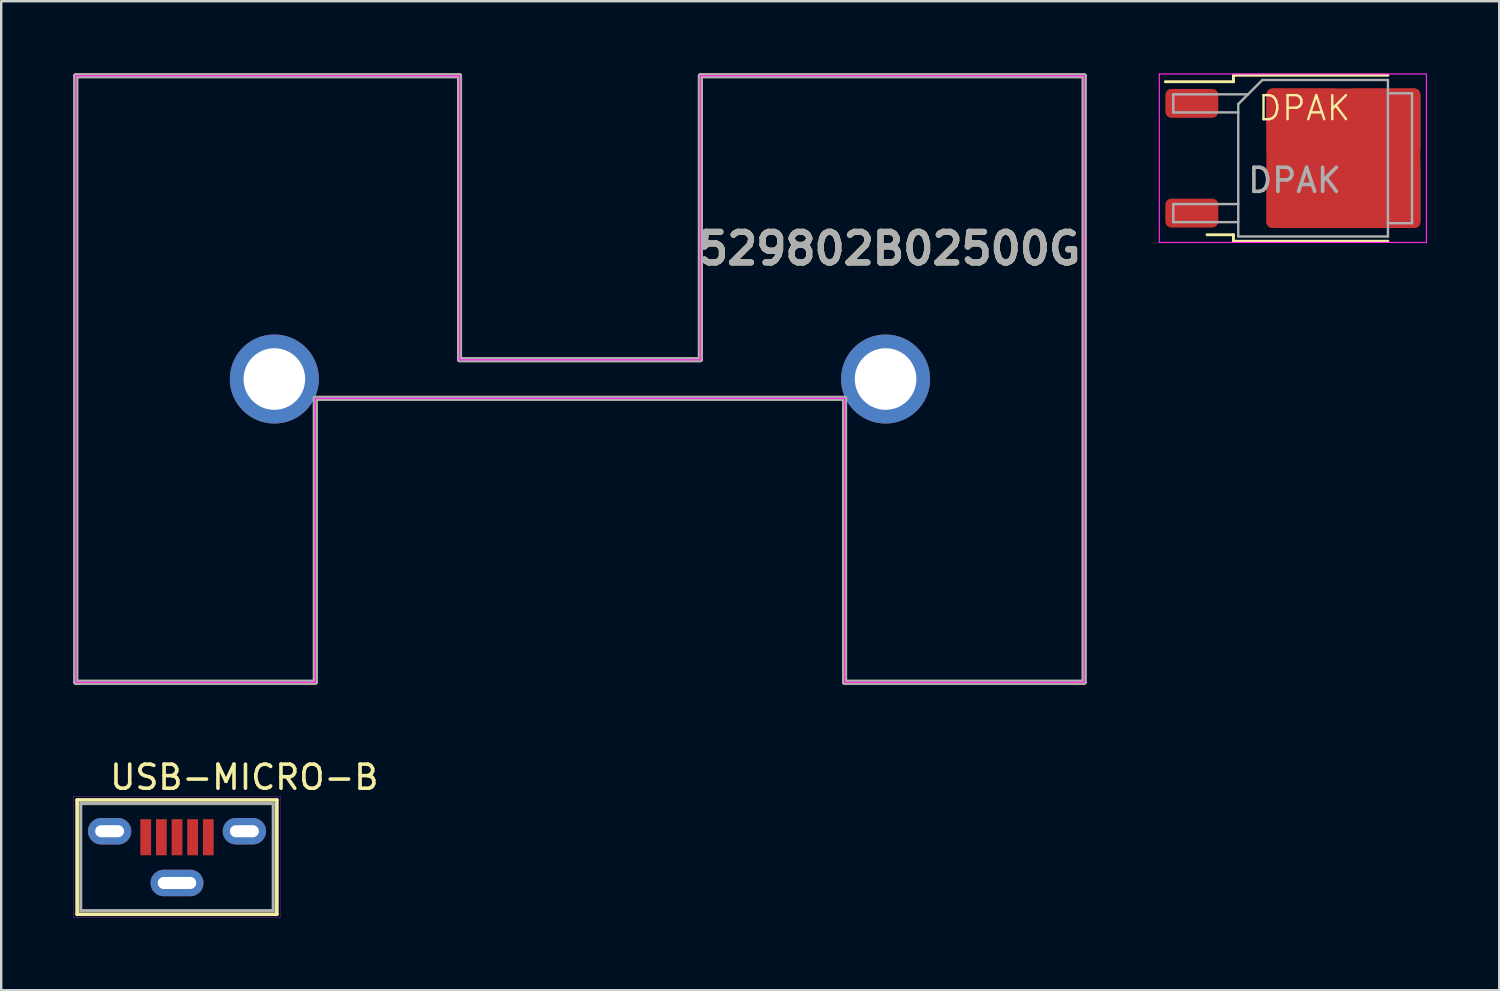
<source format=kicad_pcb>
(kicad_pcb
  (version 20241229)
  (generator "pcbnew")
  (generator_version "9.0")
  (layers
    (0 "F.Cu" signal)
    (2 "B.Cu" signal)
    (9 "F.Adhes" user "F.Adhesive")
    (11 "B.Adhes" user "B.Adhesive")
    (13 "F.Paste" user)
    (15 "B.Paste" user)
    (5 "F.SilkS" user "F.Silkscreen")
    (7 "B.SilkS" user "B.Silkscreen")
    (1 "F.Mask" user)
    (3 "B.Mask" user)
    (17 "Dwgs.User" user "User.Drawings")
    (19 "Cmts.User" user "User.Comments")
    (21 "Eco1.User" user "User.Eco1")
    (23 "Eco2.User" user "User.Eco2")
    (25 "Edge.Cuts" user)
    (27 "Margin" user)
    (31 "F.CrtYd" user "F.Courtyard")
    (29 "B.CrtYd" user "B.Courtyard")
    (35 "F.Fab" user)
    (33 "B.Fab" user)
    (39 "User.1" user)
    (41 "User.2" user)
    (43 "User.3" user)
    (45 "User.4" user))
  (footprint "USB-MICRO-B"
    (layer "F.Cu")
    (at 4.305 32.566)
    (property "Reference" "USB-MICRO-B" (at 2.797 -3.317 0) (layer "F.SilkS") (effects (font (size 1 1) (thickness 0.15))))
    (attr smd)
    (fp_poly (pts (xy -1.587 -1.639) (xy -1.012 -1.639) (xy -1.012 -0.011) (xy -1.587 -0.011)) (stroke (width 0.01) (type solid)) (fill yes) (layer "F.Mask"))
    (fp_poly (pts (xy -0.938 -1.639) (xy -0.362 -1.639) (xy -0.362 -0.011) (xy -0.938 -0.011)) (stroke (width 0.01) (type solid)) (fill yes) (layer "F.Mask"))
    (fp_poly (pts (xy -0.287 -1.639) (xy 0.287 -1.639) (xy 0.287 -0.011) (xy -0.287 -0.011)) (stroke (width 0.01) (type solid)) (fill yes) (layer "F.Mask"))
    (fp_poly (pts (xy 0.362 -1.639) (xy 0.938 -1.639) (xy 0.938 -0.011) (xy 0.362 -0.011)) (stroke (width 0.01) (type solid)) (fill yes) (layer "F.Mask"))
    (fp_poly (pts (xy 1.012 -1.639) (xy 1.587 -1.639) (xy 1.587 -0.011) (xy 1.012 -0.011)) (stroke (width 0.01) (type solid)) (fill yes) (layer "F.Mask"))
    (fp_line (start -4.15 -2.375) (end 4.15 -2.375) (stroke (width 0.15) (type solid)) (layer "F.SilkS"))
    (fp_line (start -4.15 2.375) (end -4.15 -2.375) (stroke (width 0.15) (type solid)) (layer "F.SilkS"))
    (fp_line (start 4.15 -2.375) (end 4.15 2.375) (stroke (width 0.15) (type solid)) (layer "F.SilkS"))
    (fp_line (start 4.15 2.375) (end -4.15 2.375) (stroke (width 0.15) (type solid)) (layer "F.SilkS"))
    (fp_line (start -4.3 -2.525) (end 4.3 -2.525) (stroke (width 0.01) (type solid)) (layer "F.CrtYd"))
    (fp_line (start -4.3 2.525) (end -4.3 -2.525) (stroke (width 0.01) (type solid)) (layer "F.CrtYd"))
    (fp_line (start 4.3 -2.525) (end 4.3 2.525) (stroke (width 0.01) (type solid)) (layer "F.CrtYd"))
    (fp_line (start 4.3 2.525) (end -4.3 2.525) (stroke (width 0.01) (type solid)) (layer "F.CrtYd"))
    (fp_line (start -4 -2.225) (end 4 -2.225) (stroke (width 0.13) (type solid)) (layer "F.Fab"))
    (fp_line (start -4 2.225) (end -4 -2.225) (stroke (width 0.13) (type solid)) (layer "F.Fab"))
    (fp_line (start 4 -2.225) (end 4 2.225) (stroke (width 0.13) (type solid)) (layer "F.Fab"))
    (fp_line (start 4 2.225) (end -4 2.225) (stroke (width 0.13) (type solid)) (layer "F.Fab"))
    (pad "1" smd rect (at -1.3 -0.825) (size 0.448 1.5) (layers "F.Cu" "F.Paste"))
    (pad "2" smd rect (at -0.65 -0.825) (size 0.448 1.5) (layers "F.Cu" "F.Paste"))
    (pad "3" smd rect (at 0 -0.825) (size 0.448 1.5) (layers "F.Cu" "F.Paste"))
    (pad "4" smd rect (at 0.65 -0.825) (size 0.448 1.5) (layers "F.Cu" "F.Paste"))
    (pad "5" smd rect (at 1.3 -0.825) (size 0.448 1.5) (layers "F.Cu" "F.Paste"))
    (pad "SH1" thru_hole oval (at -2.8 -1.075) (size 1.8 1.1) (drill oval 1.2 0.5) (layers "*.Cu" "*.Mask"))
    (pad "SH2" thru_hole oval (at 0 1.075) (size 2.2 1.1) (drill oval 1.6 0.5) (layers "*.Cu" "*.Mask"))
    (pad "SH3" thru_hole oval (at 2.8 -1.075) (size 1.8 1.1) (drill oval 1.2 0.5) (layers "*.Cu" "*.Mask")))
  (footprint "DPAK"
    (layer "F.Cu")
    (at 50.79 3.375)
    (property "Reference" "DPAK" (at 0.355 -1.93 0) (unlocked yes) (layer "F.SilkS") (effects (font (size 1 1) (thickness 0.1))))
    (attr smd)
    (fp_line (start -2.585 -3.3) (end -2.585 -3.03) (stroke (width 0.12) (type solid)) (layer "F.SilkS"))
    (fp_line (start -2.585 -3.03) (end -5.415 -3.03) (stroke (width 0.12) (type solid)) (layer "F.SilkS"))
    (fp_line (start -2.585 3.33) (end -3.685 3.33) (stroke (width 0.12) (type solid)) (layer "F.SilkS"))
    (fp_line (start -2.585 3.6) (end -2.585 3.33) (stroke (width 0.12) (type solid)) (layer "F.SilkS"))
    (fp_line (start 3.835 -3.3) (end -2.585 -3.3) (stroke (width 0.12) (type solid)) (layer "F.SilkS"))
    (fp_line (start 3.835 3.6) (end -2.585 3.6) (stroke (width 0.12) (type solid)) (layer "F.SilkS"))
    (fp_line (start -5.665 -3.35) (end -5.665 3.65) (stroke (width 0.05) (type solid)) (layer "F.CrtYd"))
    (fp_line (start -5.665 3.65) (end 5.435 3.65) (stroke (width 0.05) (type solid)) (layer "F.CrtYd"))
    (fp_line (start 5.435 -3.35) (end -5.665 -3.35) (stroke (width 0.05) (type solid)) (layer "F.CrtYd"))
    (fp_line (start 5.435 3.65) (end 5.435 -3.35) (stroke (width 0.05) (type solid)) (layer "F.CrtYd"))
    (fp_line (start -5.085 -2.505) (end -5.085 -1.755) (stroke (width 0.1) (type solid)) (layer "F.Fab"))
    (fp_line (start -5.085 -1.755) (end -2.385 -1.755) (stroke (width 0.1) (type solid)) (layer "F.Fab"))
    (fp_line (start -5.085 2.055) (end -5.085 2.805) (stroke (width 0.1) (type solid)) (layer "F.Fab"))
    (fp_line (start -5.085 2.805) (end -2.385 2.805) (stroke (width 0.1) (type solid)) (layer "F.Fab"))
    (fp_line (start -2.385 -2.1) (end -1.385 -3.1) (stroke (width 0.1) (type solid)) (layer "F.Fab"))
    (fp_line (start -2.385 2.055) (end -5.085 2.055) (stroke (width 0.1) (type solid)) (layer "F.Fab"))
    (fp_line (start -2.385 3.4) (end -2.385 -2.1) (stroke (width 0.1) (type solid)) (layer "F.Fab"))
    (fp_line (start -1.98 -2.505) (end -5.085 -2.505) (stroke (width 0.1) (type solid)) (layer "F.Fab"))
    (fp_line (start -1.385 -3.1) (end 3.835 -3.1) (stroke (width 0.1) (type solid)) (layer "F.Fab"))
    (fp_line (start 3.835 -3.1) (end 3.835 3.4) (stroke (width 0.1) (type solid)) (layer "F.Fab"))
    (fp_line (start 3.835 -2.55) (end 4.835 -2.55) (stroke (width 0.1) (type solid)) (layer "F.Fab"))
    (fp_line (start 3.835 3.4) (end -2.385 3.4) (stroke (width 0.1) (type solid)) (layer "F.Fab"))
    (fp_line (start 4.835 -2.55) (end 4.835 2.85) (stroke (width 0.1) (type solid)) (layer "F.Fab"))
    (fp_line (start 4.835 2.85) (end 3.835 2.85) (stroke (width 0.1) (type solid)) (layer "F.Fab"))
    (fp_text user "${REFERENCE}" (at -0.045 1.07 0) (unlocked yes) (layer "F.Fab") (effects (font (size 1 1) (thickness 0.15))))
    (pad "1" smd roundrect (at -4.315 -2.13) (size 2.2 1.2) (layers "F.Cu" "F.Mask" "F.Paste") (roundrect_rratio 0.208))
    (pad "2" smd roundrect (at 0.31 -1.375) (size 3.05 2.75) (layers "F.Cu" "F.Paste") (roundrect_rratio 0.091))
    (pad "2" smd roundrect (at 0.31 1.675) (size 3.05 2.75) (layers "F.Cu" "F.Paste") (roundrect_rratio 0.091))
    (pad "2" smd roundrect (at 1.985 0.15) (size 6.4 5.8) (layers "F.Cu" "F.Mask") (roundrect_rratio 0.043))
    (pad "2" smd roundrect (at 3.66 -1.375) (size 3.05 2.75) (layers "F.Cu" "F.Paste") (roundrect_rratio 0.091))
    (pad "2" smd roundrect (at 3.66 1.675) (size 3.05 2.75) (layers "F.Cu" "F.Paste") (roundrect_rratio 0.091))
    (pad "3" smd roundrect (at -4.315 2.43) (size 2.2 1.2) (layers "F.Cu" "F.Mask" "F.Paste") (roundrect_rratio 0.208)))
  (footprint "529802B02500G"
    (layer "F.Cu")
    (at 21.05 12.7)
    (property "Reference" "529802B02500G" (at 12.852 -5.421 0) (layer "F.SilkS") (effects (font (size 1.27 1.27) (thickness 0.254))))
    (attr through_hole)
    (fp_line (start -20.95 -12.6) (end -20.95 12.6) (stroke (width 0.2) (type solid)) (layer "F.SilkS"))
    (fp_line (start -20.95 12.6) (end -11 12.6) (stroke (width 0.2) (type solid)) (layer "F.SilkS"))
    (fp_line (start -11 0.8) (end 11 0.8) (stroke (width 0.2) (type solid)) (layer "F.SilkS"))
    (fp_line (start -11 12.6) (end -11 0.8) (stroke (width 0.2) (type solid)) (layer "F.SilkS"))
    (fp_line (start -5 -12.6) (end -20.95 -12.6) (stroke (width 0.2) (type solid)) (layer "F.SilkS"))
    (fp_line (start -5 -0.8) (end -5 -12.6) (stroke (width 0.2) (type solid)) (layer "F.SilkS"))
    (fp_line (start 5 -12.6) (end 5 -0.8) (stroke (width 0.2) (type solid)) (layer "F.SilkS"))
    (fp_line (start 5 -0.8) (end -5 -0.8) (stroke (width 0.2) (type solid)) (layer "F.SilkS"))
    (fp_line (start 11 12.6) (end 11 0.8) (stroke (width 0.2) (type solid)) (layer "F.SilkS"))
    (fp_line (start 11 12.6) (end 20.95 12.6) (stroke (width 0.2) (type solid)) (layer "F.SilkS"))
    (fp_line (start 20.95 -12.6) (end 5 -12.6) (stroke (width 0.2) (type solid)) (layer "F.SilkS"))
    (fp_line (start 20.95 12.6) (end 20.95 -12.6) (stroke (width 0.2) (type solid)) (layer "F.SilkS"))
    (fp_line (start -20.95 -12.6) (end -20.95 12.6) (stroke (width 0.05) (type default)) (layer "F.CrtYd"))
    (fp_line (start -20.95 12.6) (end -11 12.6) (stroke (width 0.05) (type default)) (layer "F.CrtYd"))
    (fp_line (start -11 0.8) (end 11 0.8) (stroke (width 0.05) (type default)) (layer "F.CrtYd"))
    (fp_line (start -11 12.6) (end -11 0.8) (stroke (width 0.05) (type default)) (layer "F.CrtYd"))
    (fp_line (start -5 -12.6) (end -20.95 -12.6) (stroke (width 0.05) (type default)) (layer "F.CrtYd"))
    (fp_line (start -5 -0.8) (end -5 -12.6) (stroke (width 0.05) (type default)) (layer "F.CrtYd"))
    (fp_line (start 5 -12.6) (end 5 -0.8) (stroke (width 0.05) (type default)) (layer "F.CrtYd"))
    (fp_line (start 5 -0.8) (end -5 -0.8) (stroke (width 0.05) (type default)) (layer "F.CrtYd"))
    (fp_line (start 11 0.8) (end 11 12.6) (stroke (width 0.05) (type default)) (layer "F.CrtYd"))
    (fp_line (start 11 12.6) (end 20.95 12.6) (stroke (width 0.05) (type default)) (layer "F.CrtYd"))
    (fp_line (start 20.95 -12.6) (end 5 -12.6) (stroke (width 0.05) (type default)) (layer "F.CrtYd"))
    (fp_line (start 20.95 12.6) (end 20.95 -12.6) (stroke (width 0.05) (type default)) (layer "F.CrtYd"))
    (fp_line (start -20.95 -12.6) (end -5 -12.6) (stroke (width 0.2) (type solid)) (layer "F.Fab"))
    (fp_line (start -20.95 12.6) (end -20.95 -12.6) (stroke (width 0.2) (type solid)) (layer "F.Fab"))
    (fp_line (start -11 0.8) (end -11 12.6) (stroke (width 0.2) (type solid)) (layer "F.Fab"))
    (fp_line (start -11 0.8) (end 11 0.8) (stroke (width 0.2) (type solid)) (layer "F.Fab"))
    (fp_line (start -11 12.6) (end -20.95 12.6) (stroke (width 0.2) (type solid)) (layer "F.Fab"))
    (fp_line (start -5 -0.8) (end -5 -12.6) (stroke (width 0.2) (type solid)) (layer "F.Fab"))
    (fp_line (start -5 -0.8) (end 5 -0.8) (stroke (width 0.2) (type solid)) (layer "F.Fab"))
    (fp_line (start 5 -12.6) (end 5 -0.8) (stroke (width 0.2) (type solid)) (layer "F.Fab"))
    (fp_line (start 5 -12.6) (end 20.95 -12.6) (stroke (width 0.2) (type solid)) (layer "F.Fab"))
    (fp_line (start 11 0.8) (end 11 12.6) (stroke (width 0.2) (type solid)) (layer "F.Fab"))
    (fp_line (start 11 12.6) (end 20.95 12.6) (stroke (width 0.2) (type solid)) (layer "F.Fab"))
    (fp_line (start 20.95 12.6) (end 20.95 -12.6) (stroke (width 0.2) (type solid)) (layer "F.Fab"))
    (fp_text user "${REFERENCE}" (at 12.852 -5.421 0) (layer "F.Fab") (effects (font (size 1.27 1.27) (thickness 0.254))))
    (pad "1" thru_hole circle (at -12.7 0) (size 3.7 3.7) (drill 2.56) (layers "*.Cu" "*.Mask"))
    (pad "2" thru_hole circle (at 12.7 0) (size 3.7 3.7) (drill 2.56) (layers "*.Cu" "*.Mask")))
  (gr_rect
    (start -3 -3)
    (end 59.25 38.096)
    (stroke (width 0.1) (type default))
    (fill no)
    (layer "Edge.Cuts")))
</source>
